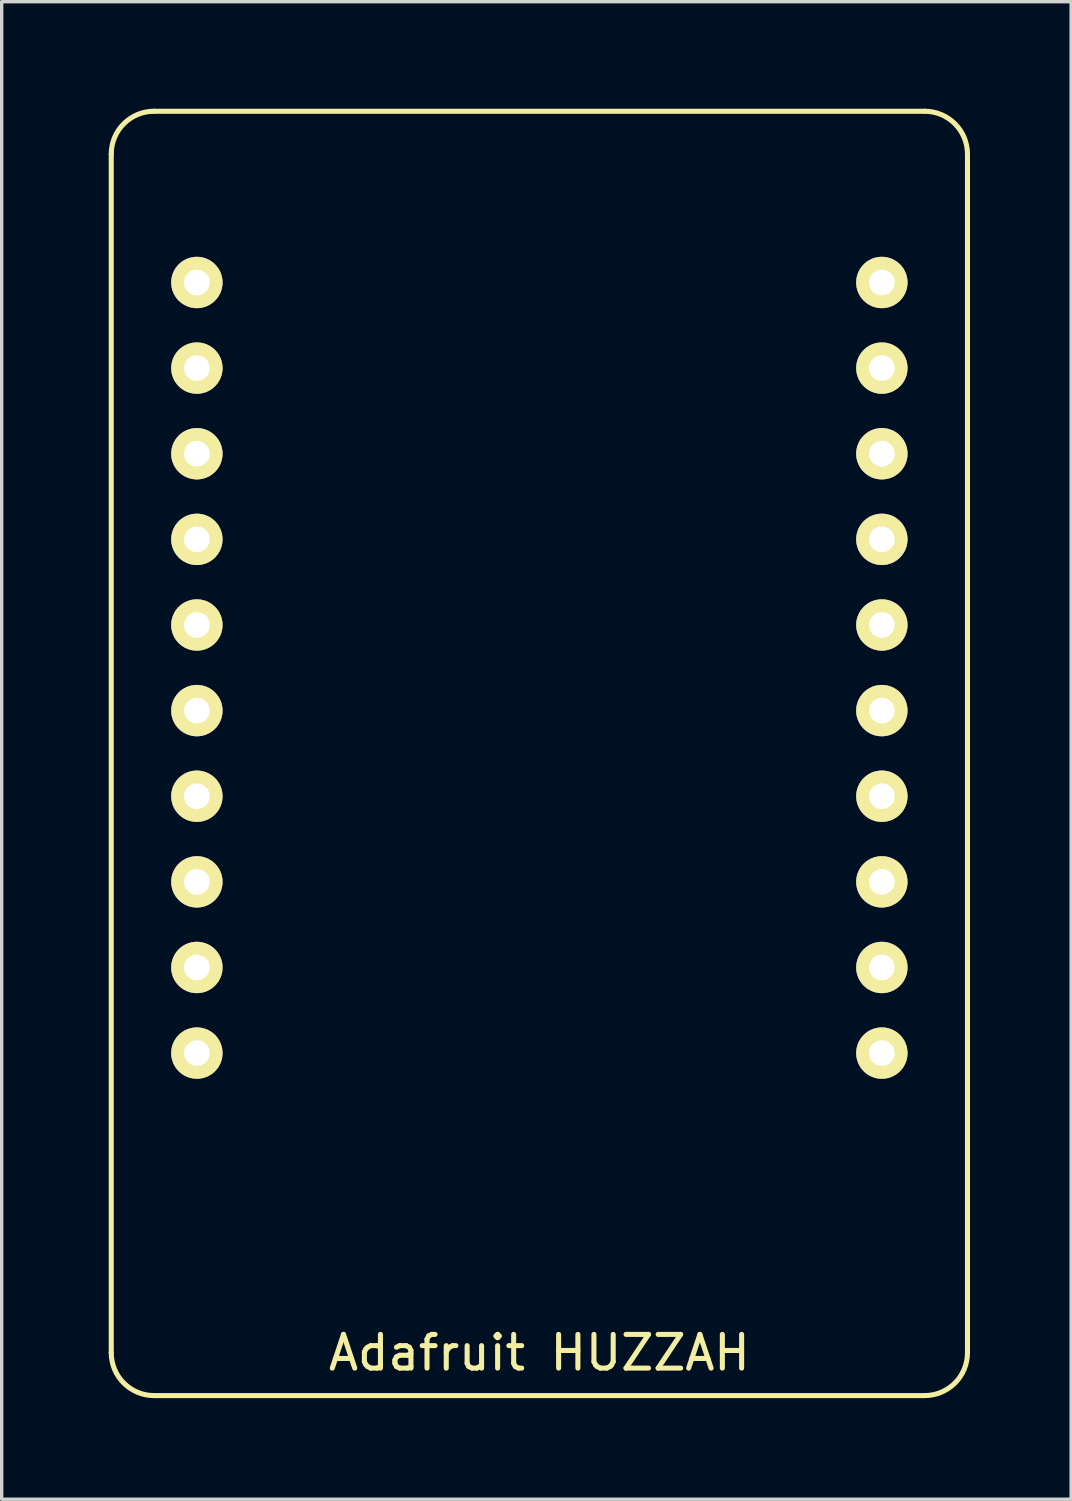
<source format=kicad_pcb>
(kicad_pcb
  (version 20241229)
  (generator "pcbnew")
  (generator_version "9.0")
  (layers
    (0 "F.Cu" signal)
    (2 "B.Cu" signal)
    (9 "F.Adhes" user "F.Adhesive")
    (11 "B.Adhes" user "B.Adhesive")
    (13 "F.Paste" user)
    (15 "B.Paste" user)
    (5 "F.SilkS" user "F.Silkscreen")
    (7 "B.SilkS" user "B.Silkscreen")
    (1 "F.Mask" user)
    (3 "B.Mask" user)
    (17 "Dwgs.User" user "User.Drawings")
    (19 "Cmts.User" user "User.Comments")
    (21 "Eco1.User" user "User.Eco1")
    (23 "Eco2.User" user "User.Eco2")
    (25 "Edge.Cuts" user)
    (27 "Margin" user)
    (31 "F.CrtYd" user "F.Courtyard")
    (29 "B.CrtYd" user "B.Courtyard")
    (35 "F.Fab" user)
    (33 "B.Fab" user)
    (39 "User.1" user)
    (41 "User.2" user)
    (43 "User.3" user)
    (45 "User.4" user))
  (footprint "Adafruit HUZZAH"
    (layer "F.Cu")
    (at 0.25 0.25)
    (property "Reference" "Adafruit HUZZAH" (at 12.7 36.83 0) (layer "F.SilkS") (effects (font (size 1 1) (thickness 0.15))))
    (attr through_hole)
    (fp_line (start 0 1.27) (end 0 36.83) (stroke (width 0.15) (type solid)) (layer "F.SilkS"))
    (fp_line (start 1.27 0) (end 24.13 0) (stroke (width 0.15) (type solid)) (layer "F.SilkS"))
    (fp_line (start 1.27 38.1) (end 24.13 38.1) (stroke (width 0.15) (type solid)) (layer "F.SilkS"))
    (fp_line (start 25.4 36.83) (end 25.4 1.27) (stroke (width 0.15) (type solid)) (layer "F.SilkS"))
    (fp_arc (start 0 1.27) (mid 0.371974 0.371974) (end 1.27 0) (stroke (width 0.15) (type solid)) (layer "F.SilkS"))
    (fp_arc (start 1.27 38.1) (mid 0.371974 37.728026) (end 0 36.83) (stroke (width 0.15) (type solid)) (layer "F.SilkS"))
    (fp_arc (start 24.13 0) (mid 25.028026 0.371974) (end 25.4 1.27) (stroke (width 0.15) (type solid)) (layer "F.SilkS"))
    (fp_arc (start 25.4 36.83) (mid 25.028026 37.728026) (end 24.13 38.1) (stroke (width 0.15) (type solid)) (layer "F.SilkS"))
    (pad "1" thru_hole circle (at 2.54 5.08) (size 1.524 1.524) (drill 0.762) (layers "*.Cu" "*.Mask" "F.SilkS"))
    (pad "2" thru_hole circle (at 22.86 5.08) (size 1.524 1.524) (drill 0.762) (layers "*.Cu" "*.Mask" "F.SilkS"))
    (pad "3" thru_hole circle (at 2.54 7.62) (size 1.524 1.524) (drill 0.762) (layers "*.Cu" "*.Mask" "F.SilkS"))
    (pad "4" thru_hole circle (at 22.86 7.62) (size 1.524 1.524) (drill 0.762) (layers "*.Cu" "*.Mask" "F.SilkS"))
    (pad "5" thru_hole circle (at 2.54 10.16) (size 1.524 1.524) (drill 0.762) (layers "*.Cu" "*.Mask" "F.SilkS"))
    (pad "6" thru_hole circle (at 22.86 10.16) (size 1.524 1.524) (drill 0.762) (layers "*.Cu" "*.Mask" "F.SilkS"))
    (pad "7" thru_hole circle (at 2.54 12.7) (size 1.524 1.524) (drill 0.762) (layers "*.Cu" "*.Mask" "F.SilkS"))
    (pad "8" thru_hole circle (at 22.86 12.7) (size 1.524 1.524) (drill 0.762) (layers "*.Cu" "*.Mask" "F.SilkS"))
    (pad "9" thru_hole circle (at 2.54 15.24) (size 1.524 1.524) (drill 0.762) (layers "*.Cu" "*.Mask" "F.SilkS"))
    (pad "10" thru_hole circle (at 22.86 15.24) (size 1.524 1.524) (drill 0.762) (layers "*.Cu" "*.Mask" "F.SilkS"))
    (pad "11" thru_hole circle (at 2.54 17.78) (size 1.524 1.524) (drill 0.762) (layers "*.Cu" "*.Mask" "F.SilkS"))
    (pad "12" thru_hole circle (at 22.86 17.78) (size 1.524 1.524) (drill 0.762) (layers "*.Cu" "*.Mask" "F.SilkS"))
    (pad "13" thru_hole circle (at 2.54 20.32) (size 1.524 1.524) (drill 0.762) (layers "*.Cu" "*.Mask" "F.SilkS"))
    (pad "14" thru_hole circle (at 22.86 20.32) (size 1.524 1.524) (drill 0.762) (layers "*.Cu" "*.Mask" "F.SilkS"))
    (pad "15" thru_hole circle (at 2.54 22.86) (size 1.524 1.524) (drill 0.762) (layers "*.Cu" "*.Mask" "F.SilkS"))
    (pad "16" thru_hole circle (at 22.86 22.86) (size 1.524 1.524) (drill 0.762) (layers "*.Cu" "*.Mask" "F.SilkS"))
    (pad "17" thru_hole circle (at 2.54 25.4) (size 1.524 1.524) (drill 0.762) (layers "*.Cu" "*.Mask" "F.SilkS"))
    (pad "18" thru_hole circle (at 22.86 25.4) (size 1.524 1.524) (drill 0.762) (layers "*.Cu" "*.Mask" "F.SilkS"))
    (pad "19" thru_hole circle (at 2.54 27.94) (size 1.524 1.524) (drill 0.762) (layers "*.Cu" "*.Mask" "F.SilkS"))
    (pad "20" thru_hole circle (at 22.86 27.94) (size 1.524 1.524) (drill 0.762) (layers "*.Cu" "*.Mask" "F.SilkS")))
  (gr_rect
    (start -3 -3)
    (end 28.725 41.425)
    (stroke (width 0.1) (type default))
    (fill no)
    (layer "Edge.Cuts")))
</source>
